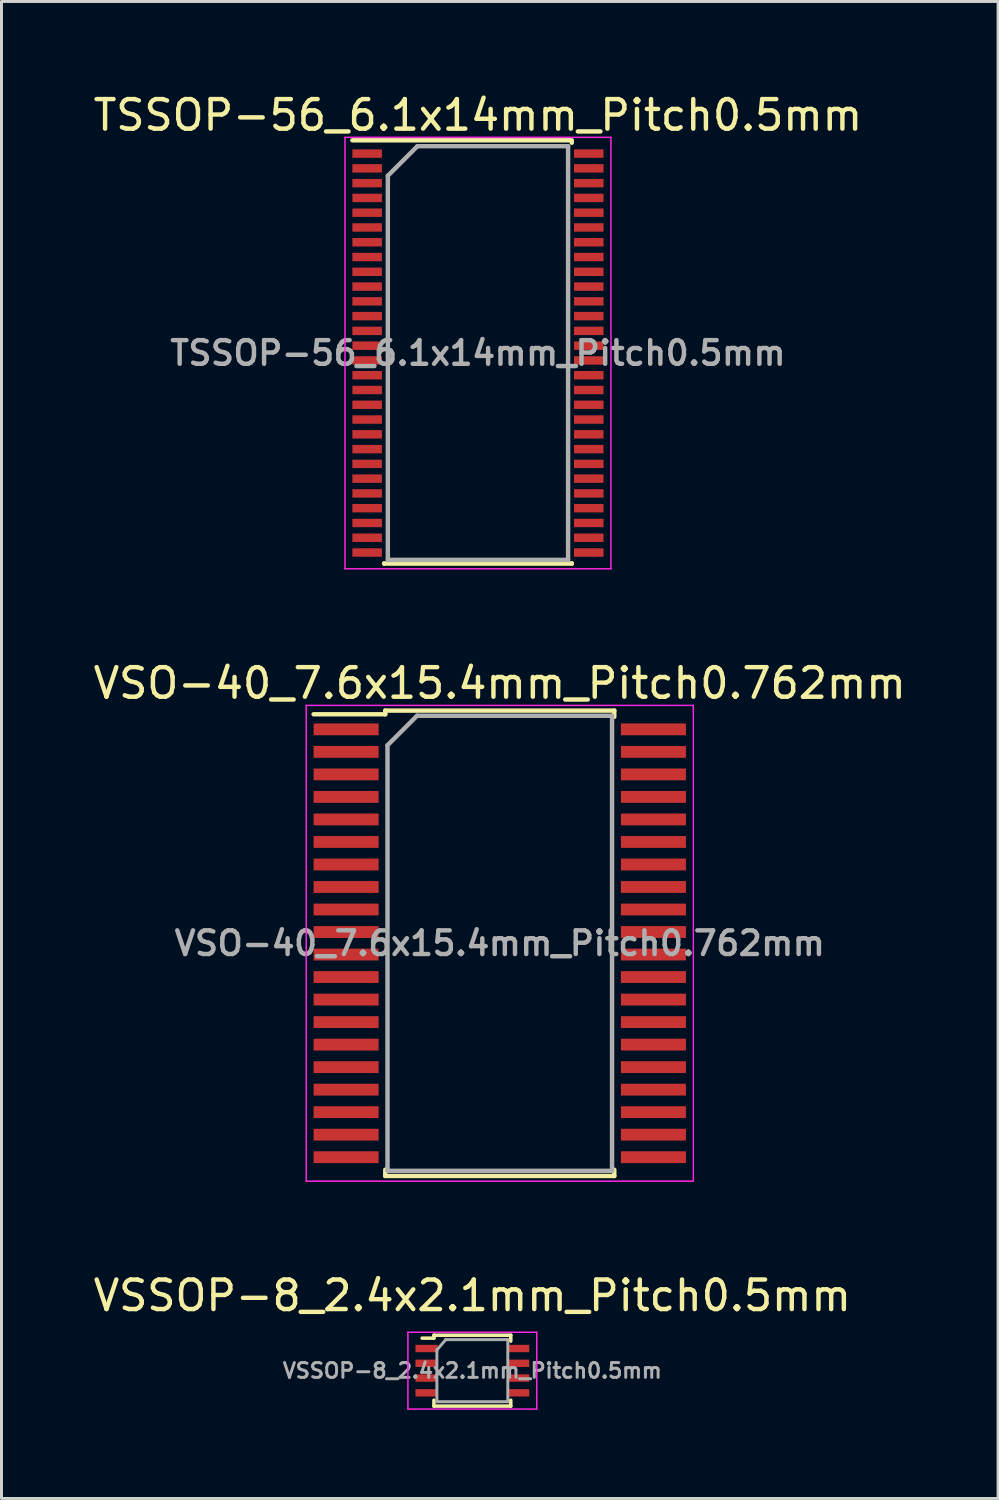
<source format=kicad_pcb>
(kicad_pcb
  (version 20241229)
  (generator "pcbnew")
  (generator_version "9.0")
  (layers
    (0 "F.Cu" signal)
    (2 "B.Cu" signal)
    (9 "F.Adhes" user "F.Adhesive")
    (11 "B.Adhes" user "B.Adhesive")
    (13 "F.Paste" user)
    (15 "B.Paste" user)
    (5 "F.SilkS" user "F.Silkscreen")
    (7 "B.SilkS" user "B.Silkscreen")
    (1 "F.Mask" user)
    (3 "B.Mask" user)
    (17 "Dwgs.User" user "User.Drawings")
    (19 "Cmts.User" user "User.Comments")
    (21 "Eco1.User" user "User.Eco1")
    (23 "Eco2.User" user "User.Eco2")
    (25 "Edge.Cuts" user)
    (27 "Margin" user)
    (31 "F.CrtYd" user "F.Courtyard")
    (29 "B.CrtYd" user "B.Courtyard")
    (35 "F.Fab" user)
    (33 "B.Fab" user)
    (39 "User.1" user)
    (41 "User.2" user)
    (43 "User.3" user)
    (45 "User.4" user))
  (footprint "VSSOP-8_2.4x2.1mm_Pitch0.5mm"
    (layer "F.Cu")
    (at 12.935 43.335)
    (property "Reference" "VSSOP-8_2.4x2.1mm_Pitch0.5mm" (at 0 -2.54 0) (layer "F.SilkS") (effects (font (size 1 1) (thickness 0.15))))
    (attr smd)
    (fp_line (start -1.3 -1.2) (end -1.3 -1.1) (stroke (width 0.12) (type solid)) (layer "F.SilkS"))
    (fp_line (start -1.3 -1.1) (end -1.7 -1.1) (stroke (width 0.12) (type solid)) (layer "F.SilkS"))
    (fp_line (start -1.3 1.2) (end -1.3 1) (stroke (width 0.12) (type solid)) (layer "F.SilkS"))
    (fp_line (start -1.3 1.2) (end 1.3 1.2) (stroke (width 0.12) (type solid)) (layer "F.SilkS"))
    (fp_line (start 1.3 -1.2) (end -1.3 -1.2) (stroke (width 0.12) (type solid)) (layer "F.SilkS"))
    (fp_line (start 1.3 -1) (end 1.3 -1.2) (stroke (width 0.12) (type solid)) (layer "F.SilkS"))
    (fp_line (start 1.3 1.2) (end 1.3 1) (stroke (width 0.12) (type solid)) (layer "F.SilkS"))
    (fp_line (start -2.18 -1.3) (end 2.18 -1.3) (stroke (width 0.05) (type solid)) (layer "F.CrtYd"))
    (fp_line (start -2.18 1.3) (end -2.18 -1.3) (stroke (width 0.05) (type solid)) (layer "F.CrtYd"))
    (fp_line (start 2.18 -1.3) (end 2.18 1.3) (stroke (width 0.05) (type solid)) (layer "F.CrtYd"))
    (fp_line (start 2.18 1.3) (end -2.18 1.3) (stroke (width 0.05) (type solid)) (layer "F.CrtYd"))
    (fp_line (start -1.2 -0.7) (end -1.2 1.05) (stroke (width 0.1) (type solid)) (layer "F.Fab"))
    (fp_line (start -1.2 1.05) (end 1.2 1.05) (stroke (width 0.1) (type solid)) (layer "F.Fab"))
    (fp_line (start -0.9 -1.05) (end -1.2 -0.7) (stroke (width 0.1) (type solid)) (layer "F.Fab"))
    (fp_line (start 1.2 -1.05) (end -0.9 -1.05) (stroke (width 0.1) (type solid)) (layer "F.Fab"))
    (fp_line (start 1.2 1.05) (end 1.2 -1.05) (stroke (width 0.1) (type solid)) (layer "F.Fab"))
    (fp_text user "${REFERENCE}" (at 0 0 0) (layer "F.Fab") (effects (font (size 0.5 0.5) (thickness 0.1))))
    (pad "1" smd rect (at -1.55 -0.75) (size 0.75 0.25) (layers "F.Cu" "F.Mask" "F.Paste"))
    (pad "2" smd rect (at -1.55 -0.25) (size 0.75 0.25) (layers "F.Cu" "F.Mask" "F.Paste"))
    (pad "3" smd rect (at -1.55 0.25) (size 0.75 0.25) (layers "F.Cu" "F.Mask" "F.Paste"))
    (pad "4" smd rect (at -1.55 0.75) (size 0.75 0.25) (layers "F.Cu" "F.Mask" "F.Paste"))
    (pad "5" smd rect (at 1.55 0.75) (size 0.75 0.25) (layers "F.Cu" "F.Mask" "F.Paste"))
    (pad "6" smd rect (at 1.55 0.25) (size 0.75 0.25) (layers "F.Cu" "F.Mask" "F.Paste"))
    (pad "7" smd rect (at 1.55 -0.25) (size 0.75 0.25) (layers "F.Cu" "F.Mask" "F.Paste"))
    (pad "8" smd rect (at 1.55 -0.75) (size 0.75 0.25) (layers "F.Cu" "F.Mask" "F.Paste")))
  (footprint "TSSOP-56_6.1x14mm_Pitch0.5mm"
    (layer "F.Cu")
    (at 13.125 8.898)
    (property "Reference" "TSSOP-56_6.1x14mm_Pitch0.5mm" (at 0 -8.05 0) (layer "F.SilkS") (effects (font (size 1 1) (thickness 0.15))))
    (attr smd)
    (fp_line (start -4.25 -7.2) (end 3.175 -7.2) (stroke (width 0.15) (type solid)) (layer "F.SilkS"))
    (fp_line (start -3.175 7.125) (end -3.175 7.117) (stroke (width 0.15) (type solid)) (layer "F.SilkS"))
    (fp_line (start -3.175 7.125) (end 3.175 7.125) (stroke (width 0.15) (type solid)) (layer "F.SilkS"))
    (fp_line (start 3.175 -7.125) (end 3.175 -7.117) (stroke (width 0.15) (type solid)) (layer "F.SilkS"))
    (fp_line (start 3.175 7.125) (end 3.175 7.117) (stroke (width 0.15) (type solid)) (layer "F.SilkS"))
    (fp_line (start -4.5 -7.3) (end -4.5 7.3) (stroke (width 0.05) (type solid)) (layer "F.CrtYd"))
    (fp_line (start -4.5 -7.3) (end 4.5 -7.3) (stroke (width 0.05) (type solid)) (layer "F.CrtYd"))
    (fp_line (start -4.5 7.3) (end 4.5 7.3) (stroke (width 0.05) (type solid)) (layer "F.CrtYd"))
    (fp_line (start 4.5 -7.3) (end 4.5 7.3) (stroke (width 0.05) (type solid)) (layer "F.CrtYd"))
    (fp_line (start -3.05 -6) (end -2.05 -7) (stroke (width 0.15) (type solid)) (layer "F.Fab"))
    (fp_line (start -3.05 7) (end -3.05 -6) (stroke (width 0.15) (type solid)) (layer "F.Fab"))
    (fp_line (start -2.05 -7) (end 3.05 -7) (stroke (width 0.15) (type solid)) (layer "F.Fab"))
    (fp_line (start 3.05 -7) (end 3.05 7) (stroke (width 0.15) (type solid)) (layer "F.Fab"))
    (fp_line (start 3.05 7) (end -3.05 7) (stroke (width 0.15) (type solid)) (layer "F.Fab"))
    (fp_text user "${REFERENCE}" (at 0 0 0) (layer "F.Fab") (effects (font (size 0.8 0.8) (thickness 0.15))))
    (pad "1" smd rect (at -3.75 -6.75) (size 1 0.285) (layers "F.Cu" "F.Mask" "F.Paste"))
    (pad "2" smd rect (at -3.75 -6.25) (size 1 0.285) (layers "F.Cu" "F.Mask" "F.Paste"))
    (pad "3" smd rect (at -3.75 -5.75) (size 1 0.285) (layers "F.Cu" "F.Mask" "F.Paste"))
    (pad "4" smd rect (at -3.75 -5.25) (size 1 0.285) (layers "F.Cu" "F.Mask" "F.Paste"))
    (pad "5" smd rect (at -3.75 -4.75) (size 1 0.285) (layers "F.Cu" "F.Mask" "F.Paste"))
    (pad "6" smd rect (at -3.75 -4.25) (size 1 0.285) (layers "F.Cu" "F.Mask" "F.Paste"))
    (pad "7" smd rect (at -3.75 -3.75) (size 1 0.285) (layers "F.Cu" "F.Mask" "F.Paste"))
    (pad "8" smd rect (at -3.75 -3.25) (size 1 0.285) (layers "F.Cu" "F.Mask" "F.Paste"))
    (pad "9" smd rect (at -3.75 -2.75) (size 1 0.285) (layers "F.Cu" "F.Mask" "F.Paste"))
    (pad "10" smd rect (at -3.75 -2.25) (size 1 0.285) (layers "F.Cu" "F.Mask" "F.Paste"))
    (pad "11" smd rect (at -3.75 -1.75) (size 1 0.285) (layers "F.Cu" "F.Mask" "F.Paste"))
    (pad "12" smd rect (at -3.75 -1.25) (size 1 0.285) (layers "F.Cu" "F.Mask" "F.Paste"))
    (pad "13" smd rect (at -3.75 -0.75) (size 1 0.285) (layers "F.Cu" "F.Mask" "F.Paste"))
    (pad "14" smd rect (at -3.75 -0.25) (size 1 0.285) (layers "F.Cu" "F.Mask" "F.Paste"))
    (pad "15" smd rect (at -3.75 0.25) (size 1 0.285) (layers "F.Cu" "F.Mask" "F.Paste"))
    (pad "16" smd rect (at -3.75 0.75) (size 1 0.285) (layers "F.Cu" "F.Mask" "F.Paste"))
    (pad "17" smd rect (at -3.75 1.25) (size 1 0.285) (layers "F.Cu" "F.Mask" "F.Paste"))
    (pad "18" smd rect (at -3.75 1.75) (size 1 0.285) (layers "F.Cu" "F.Mask" "F.Paste"))
    (pad "19" smd rect (at -3.75 2.25) (size 1 0.285) (layers "F.Cu" "F.Mask" "F.Paste"))
    (pad "20" smd rect (at -3.75 2.75) (size 1 0.285) (layers "F.Cu" "F.Mask" "F.Paste"))
    (pad "21" smd rect (at -3.75 3.25) (size 1 0.285) (layers "F.Cu" "F.Mask" "F.Paste"))
    (pad "22" smd rect (at -3.75 3.75) (size 1 0.285) (layers "F.Cu" "F.Mask" "F.Paste"))
    (pad "23" smd rect (at -3.75 4.25) (size 1 0.285) (layers "F.Cu" "F.Mask" "F.Paste"))
    (pad "24" smd rect (at -3.75 4.75) (size 1 0.285) (layers "F.Cu" "F.Mask" "F.Paste"))
    (pad "25" smd rect (at -3.75 5.25) (size 1 0.285) (layers "F.Cu" "F.Mask" "F.Paste"))
    (pad "26" smd rect (at -3.75 5.75) (size 1 0.285) (layers "F.Cu" "F.Mask" "F.Paste"))
    (pad "27" smd rect (at -3.75 6.25) (size 1 0.285) (layers "F.Cu" "F.Mask" "F.Paste"))
    (pad "28" smd rect (at -3.75 6.75) (size 1 0.285) (layers "F.Cu" "F.Mask" "F.Paste"))
    (pad "29" smd rect (at 3.75 6.75) (size 1 0.285) (layers "F.Cu" "F.Mask" "F.Paste"))
    (pad "30" smd rect (at 3.75 6.25) (size 1 0.285) (layers "F.Cu" "F.Mask" "F.Paste"))
    (pad "31" smd rect (at 3.75 5.75) (size 1 0.285) (layers "F.Cu" "F.Mask" "F.Paste"))
    (pad "32" smd rect (at 3.75 5.25) (size 1 0.285) (layers "F.Cu" "F.Mask" "F.Paste"))
    (pad "33" smd rect (at 3.75 4.75) (size 1 0.285) (layers "F.Cu" "F.Mask" "F.Paste"))
    (pad "34" smd rect (at 3.75 4.25) (size 1 0.285) (layers "F.Cu" "F.Mask" "F.Paste"))
    (pad "35" smd rect (at 3.75 3.75) (size 1 0.285) (layers "F.Cu" "F.Mask" "F.Paste"))
    (pad "36" smd rect (at 3.75 3.25) (size 1 0.285) (layers "F.Cu" "F.Mask" "F.Paste"))
    (pad "37" smd rect (at 3.75 2.75) (size 1 0.285) (layers "F.Cu" "F.Mask" "F.Paste"))
    (pad "38" smd rect (at 3.75 2.25) (size 1 0.285) (layers "F.Cu" "F.Mask" "F.Paste"))
    (pad "39" smd rect (at 3.75 1.75) (size 1 0.285) (layers "F.Cu" "F.Mask" "F.Paste"))
    (pad "40" smd rect (at 3.75 1.25) (size 1 0.285) (layers "F.Cu" "F.Mask" "F.Paste"))
    (pad "41" smd rect (at 3.75 0.75) (size 1 0.285) (layers "F.Cu" "F.Mask" "F.Paste"))
    (pad "42" smd rect (at 3.75 0.25) (size 1 0.285) (layers "F.Cu" "F.Mask" "F.Paste"))
    (pad "43" smd rect (at 3.75 -0.25) (size 1 0.285) (layers "F.Cu" "F.Mask" "F.Paste"))
    (pad "44" smd rect (at 3.75 -0.75) (size 1 0.285) (layers "F.Cu" "F.Mask" "F.Paste"))
    (pad "45" smd rect (at 3.75 -1.25) (size 1 0.285) (layers "F.Cu" "F.Mask" "F.Paste"))
    (pad "46" smd rect (at 3.75 -1.75) (size 1 0.285) (layers "F.Cu" "F.Mask" "F.Paste"))
    (pad "47" smd rect (at 3.75 -2.25) (size 1 0.285) (layers "F.Cu" "F.Mask" "F.Paste"))
    (pad "48" smd rect (at 3.75 -2.75) (size 1 0.285) (layers "F.Cu" "F.Mask" "F.Paste"))
    (pad "49" smd rect (at 3.75 -3.25) (size 1 0.285) (layers "F.Cu" "F.Mask" "F.Paste"))
    (pad "50" smd rect (at 3.75 -3.75) (size 1 0.285) (layers "F.Cu" "F.Mask" "F.Paste"))
    (pad "51" smd rect (at 3.75 -4.25) (size 1 0.285) (layers "F.Cu" "F.Mask" "F.Paste"))
    (pad "52" smd rect (at 3.75 -4.75) (size 1 0.285) (layers "F.Cu" "F.Mask" "F.Paste"))
    (pad "53" smd rect (at 3.75 -5.25) (size 1 0.285) (layers "F.Cu" "F.Mask" "F.Paste"))
    (pad "54" smd rect (at 3.75 -5.75) (size 1 0.285) (layers "F.Cu" "F.Mask" "F.Paste"))
    (pad "55" smd rect (at 3.75 -6.25) (size 1 0.285) (layers "F.Cu" "F.Mask" "F.Paste"))
    (pad "56" smd rect (at 3.75 -6.75) (size 1 0.285) (layers "F.Cu" "F.Mask" "F.Paste")))
  (footprint "VSO-40_7.6x15.4mm_Pitch0.762mm"
    (layer "F.Cu")
    (at 13.863 28.872)
    (property "Reference" "VSO-40_7.6x15.4mm_Pitch0.762mm" (at 0 -8.8 0) (layer "F.SilkS") (effects (font (size 1 1) (thickness 0.15))))
    (attr smd)
    (fp_line (start -3.875 -7.875) (end -3.875 -7.75) (stroke (width 0.15) (type solid)) (layer "F.SilkS"))
    (fp_line (start -3.875 -7.875) (end 3.875 -7.875) (stroke (width 0.15) (type solid)) (layer "F.SilkS"))
    (fp_line (start -3.875 -7.75) (end -6.3 -7.75) (stroke (width 0.15) (type solid)) (layer "F.SilkS"))
    (fp_line (start -3.875 7.875) (end -3.875 7.664) (stroke (width 0.15) (type solid)) (layer "F.SilkS"))
    (fp_line (start -3.875 7.875) (end 3.875 7.875) (stroke (width 0.15) (type solid)) (layer "F.SilkS"))
    (fp_line (start 3.875 -7.875) (end 3.875 -7.664) (stroke (width 0.15) (type solid)) (layer "F.SilkS"))
    (fp_line (start 3.875 7.875) (end 3.875 7.664) (stroke (width 0.15) (type solid)) (layer "F.SilkS"))
    (fp_line (start -6.55 -8.05) (end -6.55 8.05) (stroke (width 0.05) (type solid)) (layer "F.CrtYd"))
    (fp_line (start -6.55 -8.05) (end 6.55 -8.05) (stroke (width 0.05) (type solid)) (layer "F.CrtYd"))
    (fp_line (start -6.55 8.05) (end 6.55 8.05) (stroke (width 0.05) (type solid)) (layer "F.CrtYd"))
    (fp_line (start 6.55 -8.05) (end 6.55 8.05) (stroke (width 0.05) (type solid)) (layer "F.CrtYd"))
    (fp_line (start -3.8 -6.7) (end -2.8 -7.7) (stroke (width 0.15) (type solid)) (layer "F.Fab"))
    (fp_line (start -3.8 7.7) (end -3.8 -6.7) (stroke (width 0.15) (type solid)) (layer "F.Fab"))
    (fp_line (start -2.8 -7.7) (end 3.8 -7.7) (stroke (width 0.15) (type solid)) (layer "F.Fab"))
    (fp_line (start 3.8 -7.7) (end 3.8 7.7) (stroke (width 0.15) (type solid)) (layer "F.Fab"))
    (fp_line (start 3.8 7.7) (end -3.8 7.7) (stroke (width 0.15) (type solid)) (layer "F.Fab"))
    (fp_text user "${REFERENCE}" (at 0 0 0) (layer "F.Fab") (effects (font (size 0.8 0.8) (thickness 0.15))))
    (pad "1" smd rect (at -5.2 -7.239) (size 2.2 0.4) (layers "F.Cu" "F.Mask" "F.Paste"))
    (pad "2" smd rect (at -5.2 -6.477) (size 2.2 0.4) (layers "F.Cu" "F.Mask" "F.Paste"))
    (pad "3" smd rect (at -5.2 -5.715) (size 2.2 0.4) (layers "F.Cu" "F.Mask" "F.Paste"))
    (pad "4" smd rect (at -5.2 -4.953) (size 2.2 0.4) (layers "F.Cu" "F.Mask" "F.Paste"))
    (pad "5" smd rect (at -5.2 -4.191) (size 2.2 0.4) (layers "F.Cu" "F.Mask" "F.Paste"))
    (pad "6" smd rect (at -5.2 -3.429) (size 2.2 0.4) (layers "F.Cu" "F.Mask" "F.Paste"))
    (pad "7" smd rect (at -5.2 -2.667) (size 2.2 0.4) (layers "F.Cu" "F.Mask" "F.Paste"))
    (pad "8" smd rect (at -5.2 -1.905) (size 2.2 0.4) (layers "F.Cu" "F.Mask" "F.Paste"))
    (pad "9" smd rect (at -5.2 -1.143) (size 2.2 0.4) (layers "F.Cu" "F.Mask" "F.Paste"))
    (pad "10" smd rect (at -5.2 -0.381) (size 2.2 0.4) (layers "F.Cu" "F.Mask" "F.Paste"))
    (pad "11" smd rect (at -5.2 0.381) (size 2.2 0.4) (layers "F.Cu" "F.Mask" "F.Paste"))
    (pad "12" smd rect (at -5.2 1.143) (size 2.2 0.4) (layers "F.Cu" "F.Mask" "F.Paste"))
    (pad "13" smd rect (at -5.2 1.905) (size 2.2 0.4) (layers "F.Cu" "F.Mask" "F.Paste"))
    (pad "14" smd rect (at -5.2 2.667) (size 2.2 0.4) (layers "F.Cu" "F.Mask" "F.Paste"))
    (pad "15" smd rect (at -5.2 3.429) (size 2.2 0.4) (layers "F.Cu" "F.Mask" "F.Paste"))
    (pad "16" smd rect (at -5.2 4.191) (size 2.2 0.4) (layers "F.Cu" "F.Mask" "F.Paste"))
    (pad "17" smd rect (at -5.2 4.953) (size 2.2 0.4) (layers "F.Cu" "F.Mask" "F.Paste"))
    (pad "18" smd rect (at -5.2 5.715) (size 2.2 0.4) (layers "F.Cu" "F.Mask" "F.Paste"))
    (pad "19" smd rect (at -5.2 6.477) (size 2.2 0.4) (layers "F.Cu" "F.Mask" "F.Paste"))
    (pad "20" smd rect (at -5.2 7.239) (size 2.2 0.4) (layers "F.Cu" "F.Mask" "F.Paste"))
    (pad "21" smd rect (at 5.2 7.239) (size 2.2 0.4) (layers "F.Cu" "F.Mask" "F.Paste"))
    (pad "22" smd rect (at 5.2 6.477) (size 2.2 0.4) (layers "F.Cu" "F.Mask" "F.Paste"))
    (pad "23" smd rect (at 5.2 5.715) (size 2.2 0.4) (layers "F.Cu" "F.Mask" "F.Paste"))
    (pad "24" smd rect (at 5.2 4.953) (size 2.2 0.4) (layers "F.Cu" "F.Mask" "F.Paste"))
    (pad "25" smd rect (at 5.2 4.191) (size 2.2 0.4) (layers "F.Cu" "F.Mask" "F.Paste"))
    (pad "26" smd rect (at 5.2 3.429) (size 2.2 0.4) (layers "F.Cu" "F.Mask" "F.Paste"))
    (pad "27" smd rect (at 5.2 2.667) (size 2.2 0.4) (layers "F.Cu" "F.Mask" "F.Paste"))
    (pad "28" smd rect (at 5.2 1.905) (size 2.2 0.4) (layers "F.Cu" "F.Mask" "F.Paste"))
    (pad "29" smd rect (at 5.2 1.143) (size 2.2 0.4) (layers "F.Cu" "F.Mask" "F.Paste"))
    (pad "30" smd rect (at 5.2 0.381) (size 2.2 0.4) (layers "F.Cu" "F.Mask" "F.Paste"))
    (pad "31" smd rect (at 5.2 -0.381) (size 2.2 0.4) (layers "F.Cu" "F.Mask" "F.Paste"))
    (pad "32" smd rect (at 5.2 -1.143) (size 2.2 0.4) (layers "F.Cu" "F.Mask" "F.Paste"))
    (pad "33" smd rect (at 5.2 -1.905) (size 2.2 0.4) (layers "F.Cu" "F.Mask" "F.Paste"))
    (pad "34" smd rect (at 5.2 -2.667) (size 2.2 0.4) (layers "F.Cu" "F.Mask" "F.Paste"))
    (pad "35" smd rect (at 5.2 -3.429) (size 2.2 0.4) (layers "F.Cu" "F.Mask" "F.Paste"))
    (pad "36" smd rect (at 5.2 -4.191) (size 2.2 0.4) (layers "F.Cu" "F.Mask" "F.Paste"))
    (pad "37" smd rect (at 5.2 -4.953) (size 2.2 0.4) (layers "F.Cu" "F.Mask" "F.Paste"))
    (pad "38" smd rect (at 5.2 -5.715) (size 2.2 0.4) (layers "F.Cu" "F.Mask" "F.Paste"))
    (pad "39" smd rect (at 5.2 -6.477) (size 2.2 0.4) (layers "F.Cu" "F.Mask" "F.Paste"))
    (pad "40" smd rect (at 5.2 -7.239) (size 2.2 0.4) (layers "F.Cu" "F.Mask" "F.Paste")))
  (gr_rect
    (start -3 -3)
    (end 30.726 47.66)
    (stroke (width 0.1) (type default))
    (fill no)
    (layer "Edge.Cuts")))
</source>
